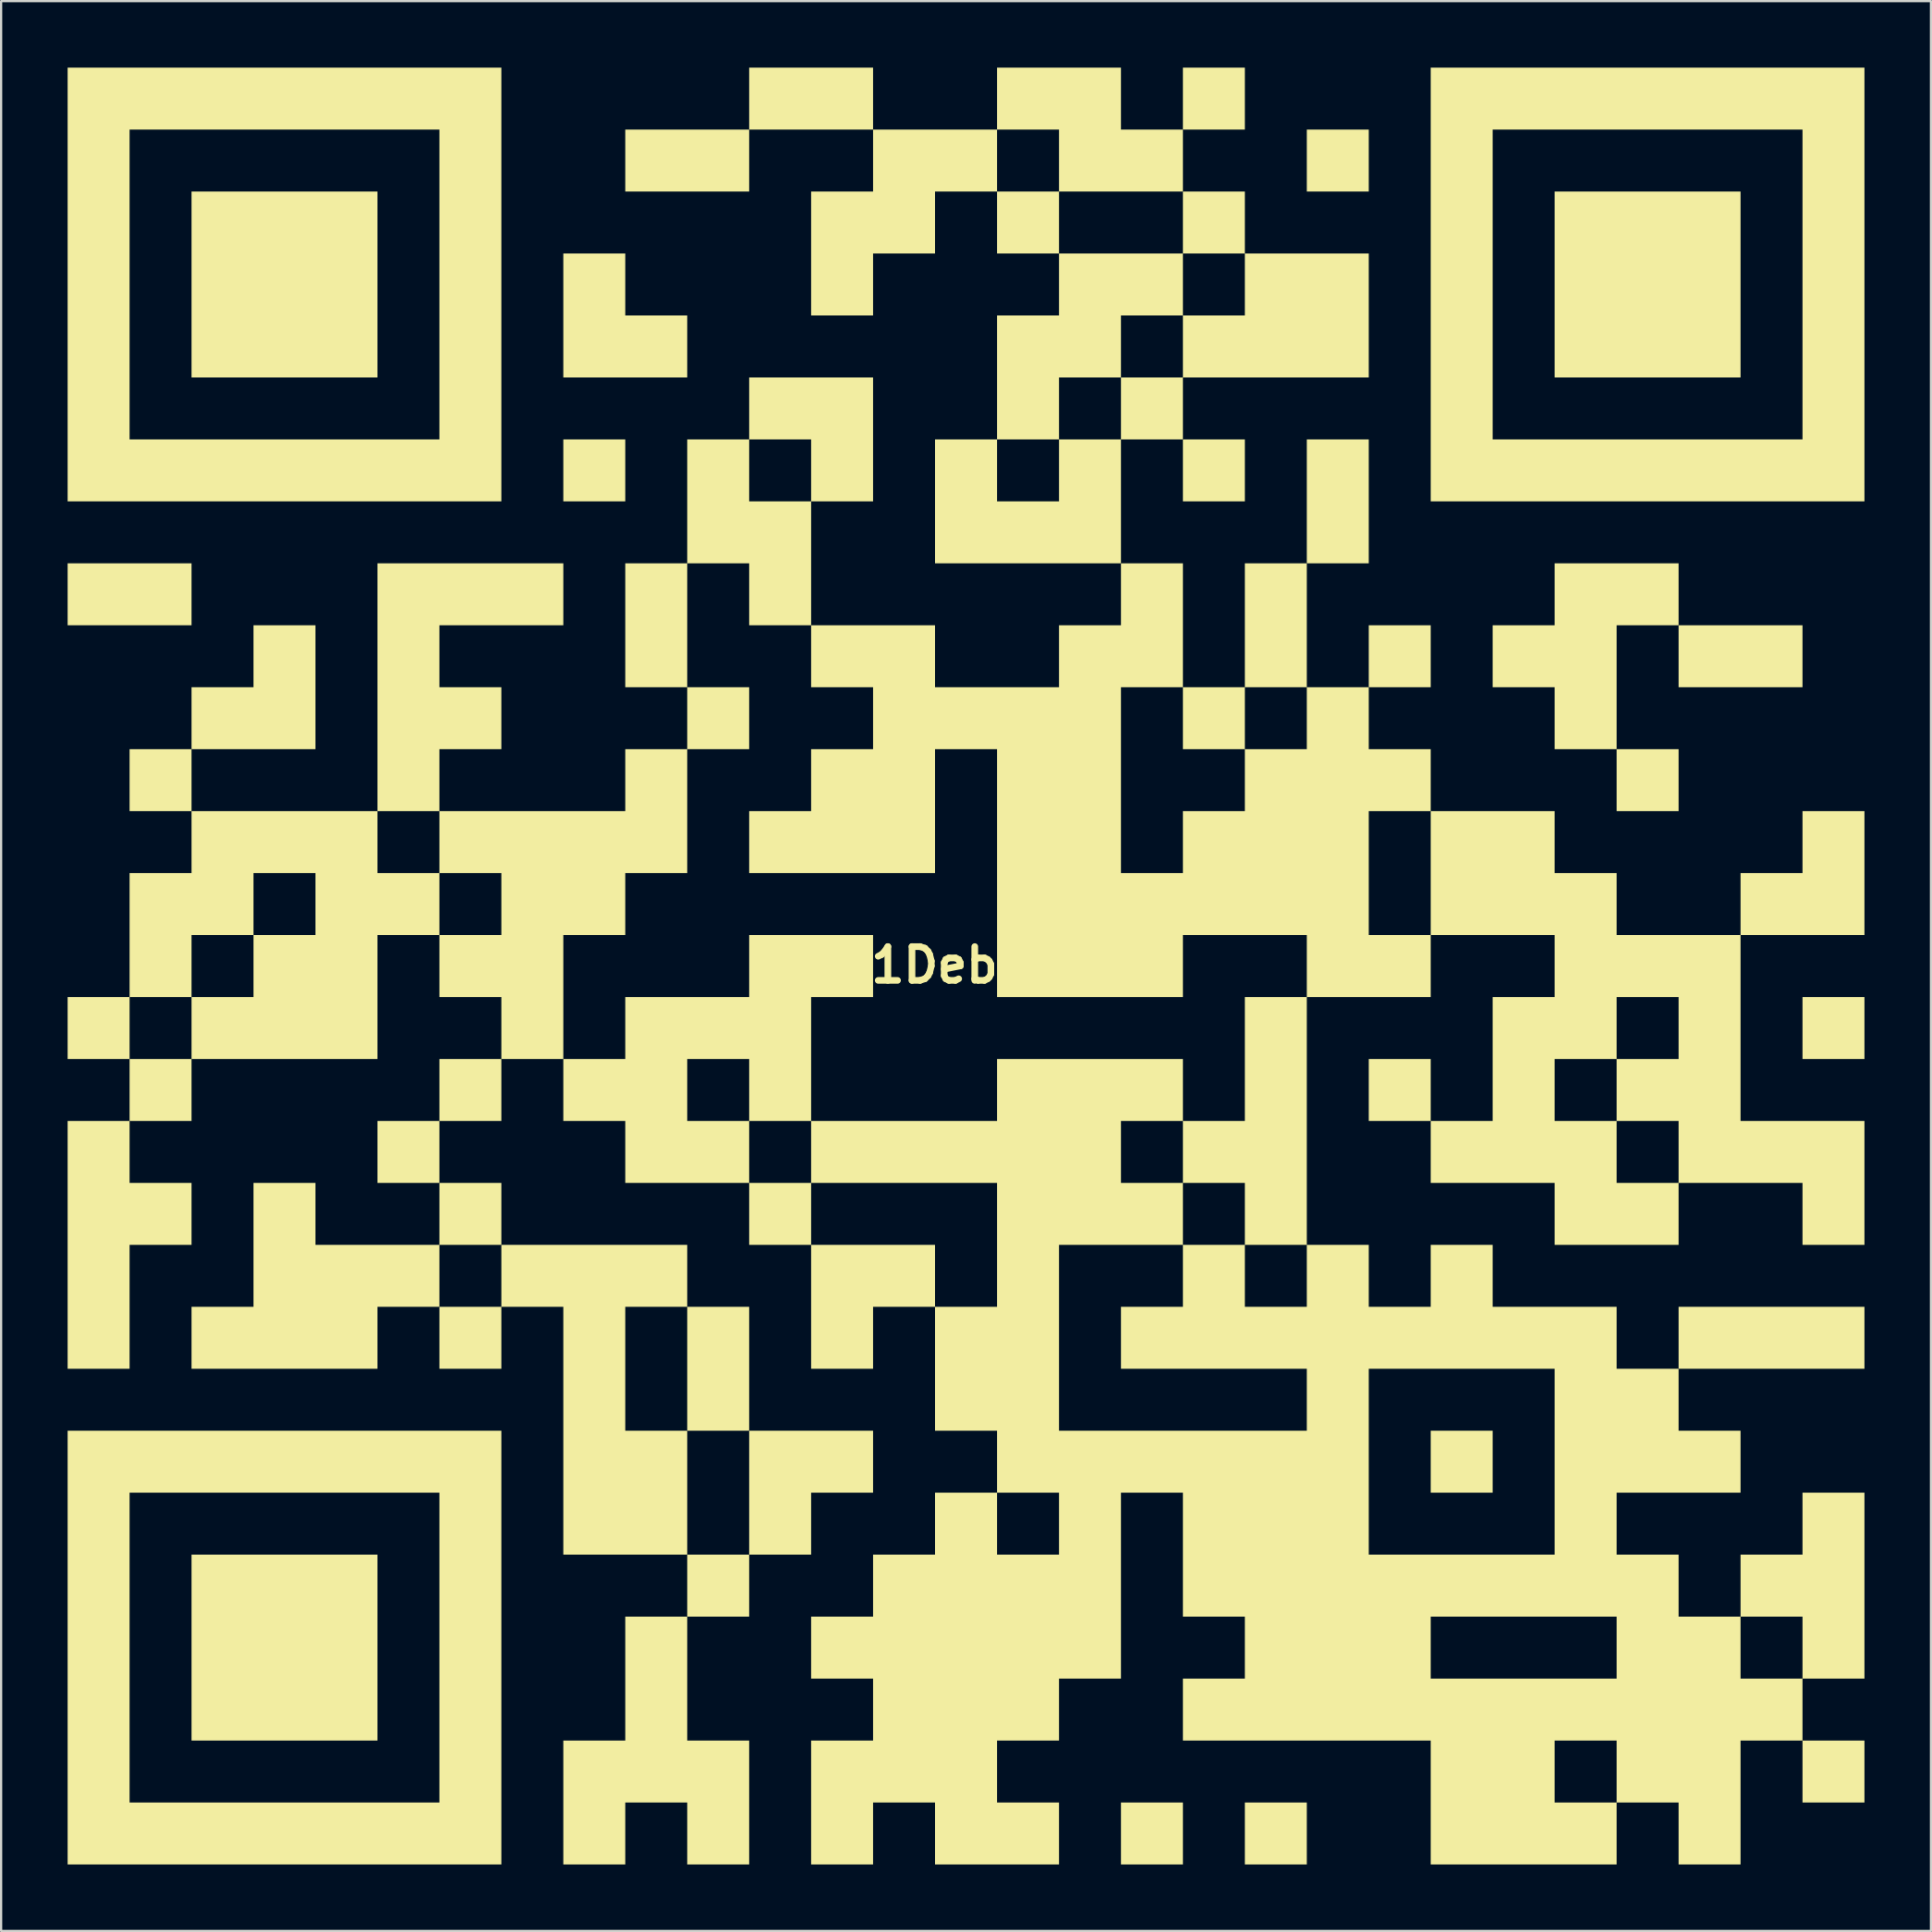
<source format=kicad_pcb>
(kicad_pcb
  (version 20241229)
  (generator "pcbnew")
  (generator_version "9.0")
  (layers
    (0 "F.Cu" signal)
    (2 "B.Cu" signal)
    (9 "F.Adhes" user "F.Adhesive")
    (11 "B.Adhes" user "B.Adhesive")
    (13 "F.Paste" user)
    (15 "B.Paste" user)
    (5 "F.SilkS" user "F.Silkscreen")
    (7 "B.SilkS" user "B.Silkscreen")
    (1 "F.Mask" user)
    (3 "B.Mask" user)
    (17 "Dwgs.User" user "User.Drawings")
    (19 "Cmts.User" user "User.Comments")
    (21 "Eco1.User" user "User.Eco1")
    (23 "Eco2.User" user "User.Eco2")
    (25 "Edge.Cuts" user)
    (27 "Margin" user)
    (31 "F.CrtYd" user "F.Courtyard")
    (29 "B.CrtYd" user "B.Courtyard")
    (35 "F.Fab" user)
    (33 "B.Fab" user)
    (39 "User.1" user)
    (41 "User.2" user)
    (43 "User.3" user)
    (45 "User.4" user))
  (footprint "D21DebugQE"
    (layer "F.Cu")
    (at 40.471 40.471)
    (property "Reference" "D21DebugQE" (at 0 0 0) (layer "F.SilkS") (effects (font (size 1.524 1.524) (thickness 0.3))))
    (attr board_only exclude_from_pos_files exclude_from_bom)
    (fp_poly (pts (xy -34.883 -15.325) (xy -40.471 -15.325) (xy -40.471 -18.119) (xy -34.883 -18.119)) (stroke (width 0) (type solid)) (fill yes) (layer "F.SilkS"))
    (fp_poly (pts (xy -34.883 -6.943) (xy -37.677 -6.943) (xy -37.677 -9.737) (xy -34.883 -9.737)) (stroke (width 0) (type solid)) (fill yes) (layer "F.SilkS"))
    (fp_poly (pts (xy -26.501 -26.501) (xy -34.883 -26.501) (xy -34.883 -34.883) (xy -26.501 -34.883)) (stroke (width 0) (type solid)) (fill yes) (layer "F.SilkS"))
    (fp_poly (pts (xy -26.501 34.967) (xy -34.883 34.967) (xy -34.883 26.585) (xy -26.501 26.585)) (stroke (width 0) (type solid)) (fill yes) (layer "F.SilkS"))
    (fp_poly (pts (xy -23.707 9.821) (xy -26.501 9.821) (xy -26.501 7.027) (xy -23.707 7.027)) (stroke (width 0) (type solid)) (fill yes) (layer "F.SilkS"))
    (fp_poly (pts (xy -20.913 7.027) (xy -23.707 7.027) (xy -23.707 4.233) (xy -20.913 4.233)) (stroke (width 0) (type solid)) (fill yes) (layer "F.SilkS"))
    (fp_poly (pts (xy -15.325 -20.913) (xy -18.119 -20.913) (xy -18.119 -23.707) (xy -15.325 -23.707)) (stroke (width 0) (type solid)) (fill yes) (layer "F.SilkS"))
    (fp_poly (pts (xy -9.737 -34.883) (xy -15.325 -34.883) (xy -15.325 -37.677) (xy -9.737 -37.677)) (stroke (width 0) (type solid)) (fill yes) (layer "F.SilkS"))
    (fp_poly (pts (xy -9.737 20.997) (xy -12.531 20.997) (xy -12.531 15.409) (xy -9.737 15.409)) (stroke (width 0) (type solid)) (fill yes) (layer "F.SilkS"))
    (fp_poly (pts (xy -9.737 29.379) (xy -12.531 29.379) (xy -12.531 26.585) (xy -9.737 26.585)) (stroke (width 0) (type solid)) (fill yes) (layer "F.SilkS"))
    (fp_poly (pts (xy -4.149 -37.677) (xy -9.737 -37.677) (xy -9.737 -40.471) (xy -4.149 -40.471)) (stroke (width 0) (type solid)) (fill yes) (layer "F.SilkS"))
    (fp_poly (pts (xy 9.821 40.555) (xy 7.027 40.555) (xy 7.027 37.761) (xy 9.821 37.761)) (stroke (width 0) (type solid)) (fill yes) (layer "F.SilkS"))
    (fp_poly (pts (xy 12.615 -37.677) (xy 9.821 -37.677) (xy 9.821 -40.471) (xy 12.615 -40.471)) (stroke (width 0) (type solid)) (fill yes) (layer "F.SilkS"))
    (fp_poly (pts (xy 12.615 -20.913) (xy 9.821 -20.913) (xy 9.821 -23.707) (xy 12.615 -23.707)) (stroke (width 0) (type solid)) (fill yes) (layer "F.SilkS"))
    (fp_poly (pts (xy 15.409 40.555) (xy 12.615 40.555) (xy 12.615 37.761) (xy 15.409 37.761)) (stroke (width 0) (type solid)) (fill yes) (layer "F.SilkS"))
    (fp_poly (pts (xy 18.203 -34.883) (xy 15.409 -34.883) (xy 15.409 -37.677) (xy 18.203 -37.677)) (stroke (width 0) (type solid)) (fill yes) (layer "F.SilkS"))
    (fp_poly (pts (xy 18.203 -18.119) (xy 15.409 -18.119) (xy 15.409 -23.707) (xy 18.203 -23.707)) (stroke (width 0) (type solid)) (fill yes) (layer "F.SilkS"))
    (fp_poly (pts (xy 20.997 -12.531) (xy 18.203 -12.531) (xy 18.203 -15.325) (xy 20.997 -15.325)) (stroke (width 0) (type solid)) (fill yes) (layer "F.SilkS"))
    (fp_poly (pts (xy 20.997 7.027) (xy 18.203 7.027) (xy 18.203 4.233) (xy 20.997 4.233)) (stroke (width 0) (type solid)) (fill yes) (layer "F.SilkS"))
    (fp_poly (pts (xy 23.791 23.791) (xy 20.997 23.791) (xy 20.997 20.997) (xy 23.791 20.997)) (stroke (width 0) (type solid)) (fill yes) (layer "F.SilkS"))
    (fp_poly (pts (xy 32.173 -6.943) (xy 29.379 -6.943) (xy 29.379 -9.737) (xy 32.173 -9.737)) (stroke (width 0) (type solid)) (fill yes) (layer "F.SilkS"))
    (fp_poly (pts (xy 34.967 -26.501) (xy 26.585 -26.501) (xy 26.585 -34.883) (xy 34.967 -34.883)) (stroke (width 0) (type solid)) (fill yes) (layer "F.SilkS"))
    (fp_poly (pts (xy 37.761 -12.531) (xy 32.173 -12.531) (xy 32.173 -15.325) (xy 37.761 -15.325)) (stroke (width 0) (type solid)) (fill yes) (layer "F.SilkS"))
    (fp_poly (pts (xy 40.555 4.233) (xy 37.761 4.233) (xy 37.761 1.439) (xy 40.555 1.439)) (stroke (width 0) (type solid)) (fill yes) (layer "F.SilkS"))
    (fp_poly (pts (xy 40.555 18.203) (xy 32.173 18.203) (xy 32.173 15.409) (xy 40.555 15.409)) (stroke (width 0) (type solid)) (fill yes) (layer "F.SilkS"))
    (fp_poly (pts (xy 40.555 37.761) (xy 37.761 37.761) (xy 37.761 34.967) (xy 40.555 34.967)) (stroke (width 0) (type solid)) (fill yes) (layer "F.SilkS"))
    (fp_poly (pts (xy -29.295 -9.737) (xy -34.883 -9.737) (xy -34.883 -12.531) (xy -32.089 -12.531) (xy -32.089 -15.325) (xy -29.295 -15.325)) (stroke (width 0) (type solid)) (fill yes) (layer "F.SilkS"))
    (fp_poly (pts (xy -15.325 -29.295) (xy -12.531 -29.295) (xy -12.531 -26.501) (xy -18.119 -26.501) (xy -18.119 -32.089) (xy -15.325 -32.089)) (stroke (width 0) (type solid)) (fill yes) (layer "F.SilkS"))
    (fp_poly (pts (xy -4.149 23.791) (xy -6.943 23.791) (xy -6.943 26.585) (xy -9.737 26.585) (xy -9.737 20.997) (xy -4.149 20.997)) (stroke (width 0) (type solid)) (fill yes) (layer "F.SilkS"))
    (fp_poly (pts (xy 40.555 -1.355) (xy 34.967 -1.355) (xy 34.967 -4.149) (xy 37.761 -4.149) (xy 37.761 -6.943) (xy 40.555 -6.943)) (stroke (width 0) (type solid)) (fill yes) (layer "F.SilkS"))
    (fp_poly (pts (xy -37.677 9.821) (xy -34.883 9.821) (xy -34.883 12.615) (xy -37.677 12.615) (xy -37.677 18.203) (xy -40.471 18.203) (xy -40.471 7.027) (xy -37.677 7.027)) (stroke (width 0) (type solid)) (fill yes) (layer "F.SilkS"))
    (fp_poly (pts (xy 32.173 -15.325) (xy 29.379 -15.325) (xy 29.379 -9.737) (xy 26.585 -9.737) (xy 26.585 -12.531) (xy 23.791 -12.531) (xy 23.791 -15.325) (xy 26.585 -15.325) (xy 26.585 -18.119) (xy 32.173 -18.119)) (stroke (width 0) (type solid)) (fill yes) (layer "F.SilkS"))
    (fp_poly (pts (xy -20.913 -20.913) (xy -40.471 -20.913) (xy -40.471 -23.707) (xy -37.677 -23.707) (xy -23.707 -23.707) (xy -23.707 -37.677) (xy -37.677 -37.677) (xy -37.677 -23.707) (xy -40.471 -23.707) (xy -40.471 -40.471) (xy -20.913 -40.471)) (stroke (width 0) (type solid)) (fill yes) (layer "F.SilkS"))
    (fp_poly (pts (xy -20.913 40.555) (xy -40.471 40.555) (xy -40.471 37.761) (xy -37.677 37.761) (xy -23.707 37.761) (xy -23.707 23.791) (xy -37.677 23.791) (xy -37.677 37.761) (xy -40.471 37.761) (xy -40.471 20.997) (xy -20.913 20.997)) (stroke (width 0) (type solid)) (fill yes) (layer "F.SilkS"))
    (fp_poly (pts (xy 40.555 -20.913) (xy 20.997 -20.913) (xy 20.997 -23.707) (xy 23.791 -23.707) (xy 37.761 -23.707) (xy 37.761 -37.677) (xy 23.791 -37.677) (xy 23.791 -23.707) (xy 20.997 -23.707) (xy 20.997 -40.471) (xy 40.555 -40.471)) (stroke (width 0) (type solid)) (fill yes) (layer "F.SilkS"))
    (fp_poly (pts (xy -12.531 34.967) (xy -9.737 34.967) (xy -9.737 40.555) (xy -12.531 40.555) (xy -12.531 37.761) (xy -15.325 37.761) (xy -15.325 40.555) (xy -18.119 40.555) (xy -18.119 34.967) (xy -15.325 34.967) (xy -15.325 29.379) (xy -12.531 29.379)) (stroke (width 0) (type solid)) (fill yes) (layer "F.SilkS"))
    (fp_poly (pts (xy -12.531 12.615) (xy -12.531 15.409) (xy -15.325 15.409) (xy -15.325 20.997) (xy -12.531 20.997) (xy -12.531 26.585) (xy -18.119 26.585) (xy -18.119 15.409) (xy -20.913 15.409) (xy -20.913 18.203) (xy -23.707 18.203) (xy -23.707 15.409) (xy -20.913 15.409) (xy -20.913 12.615) (xy -23.707 12.615) (xy -23.707 15.409) (xy -26.501 15.409) (xy -26.501 18.203) (xy -34.883 18.203) (xy -34.883 15.409) (xy -32.089 15.409) (xy -32.089 9.821) (xy -29.295 9.821) (xy -29.295 12.615) (xy -23.707 12.615) (xy -23.707 9.821) (xy -20.913 9.821) (xy -20.913 12.615)) (stroke (width 0) (type solid)) (fill yes) (layer "F.SilkS"))
    (fp_poly (pts (xy 26.585 -4.149) (xy 29.379 -4.149) (xy 29.379 -1.355) (xy 34.967 -1.355) (xy 34.967 7.027) (xy 40.555 7.027) (xy 40.555 12.615) (xy 37.761 12.615) (xy 37.761 9.821) (xy 32.173 9.821) (xy 32.173 12.615) (xy 26.585 12.615) (xy 26.585 9.821) (xy 29.379 9.821) (xy 32.173 9.821) (xy 32.173 7.027) (xy 29.379 7.027) (xy 29.379 9.821) (xy 26.585 9.821) (xy 20.997 9.821) (xy 20.997 7.027) (xy 23.791 7.027) (xy 26.585 7.027) (xy 29.379 7.027) (xy 29.379 4.233) (xy 32.173 4.233) (xy 32.173 1.439) (xy 29.379 1.439) (xy 29.379 4.233) (xy 26.585 4.233) (xy 26.585 7.027) (xy 23.791 7.027) (xy 23.791 1.439) (xy 26.585 1.439) (xy 26.585 -1.355) (xy 20.997 -1.355) (xy 20.997 -6.943) (xy 26.585 -6.943)) (stroke (width 0) (type solid)) (fill yes) (layer "F.SilkS"))
    (fp_poly (pts (xy 18.203 -32.089) (xy 18.203 -26.501) (xy 9.821 -26.501) (xy 9.821 -23.707) (xy 7.027 -23.707) (xy 7.027 -18.119) (xy -1.355 -18.119) (xy -1.355 -20.913) (xy 1.439 -20.913) (xy 4.233 -20.913) (xy 4.233 -23.707) (xy 7.027 -23.707) (xy 7.027 -26.501) (xy 9.821 -26.501) (xy 9.821 -29.295) (xy 12.615 -29.295) (xy 12.615 -32.089) (xy 9.821 -32.089) (xy 9.821 -29.295) (xy 7.027 -29.295) (xy 7.027 -26.501) (xy 4.233 -26.501) (xy 4.233 -23.707) (xy 1.439 -23.707) (xy 1.439 -20.913) (xy -1.355 -20.913) (xy -1.355 -23.707) (xy 1.439 -23.707) (xy 1.439 -29.295) (xy 4.233 -29.295) (xy 4.233 -32.089) (xy 9.821 -32.089) (xy 9.821 -34.883) (xy 4.233 -34.883) (xy 4.233 -32.089) (xy 1.439 -32.089) (xy 1.439 -34.883) (xy 4.233 -34.883) (xy 4.233 -37.677) (xy 1.439 -37.677) (xy 1.439 -34.883) (xy -1.355 -34.883) (xy -1.355 -32.089) (xy -4.149 -32.089) (xy -4.149 -29.295) (xy -6.943 -29.295) (xy -6.943 -34.883) (xy -4.149 -34.883) (xy -4.149 -37.677) (xy 1.439 -37.677) (xy 1.439 -40.471) (xy 7.027 -40.471) (xy 7.027 -37.677) (xy 9.821 -37.677) (xy 9.821 -34.883) (xy 12.615 -34.883) (xy 12.615 -32.089)) (stroke (width 0) (type solid)) (fill yes) (layer "F.SilkS"))
    (fp_poly (pts (xy 18.203 12.615) (xy 18.203 15.409) (xy 20.997 15.409) (xy 20.997 12.615) (xy 23.791 12.615) (xy 23.791 15.409) (xy 29.379 15.409) (xy 29.379 18.203) (xy 32.173 18.203) (xy 32.173 20.997) (xy 34.967 20.997) (xy 34.967 23.791) (xy 29.379 23.791) (xy 29.379 26.585) (xy 32.173 26.585) (xy 32.173 29.379) (xy 34.967 29.379) (xy 34.967 26.585) (xy 37.761 26.585) (xy 37.761 23.791) (xy 40.555 23.791) (xy 40.555 32.173) (xy 37.761 32.173) (xy 37.761 34.967) (xy 34.967 34.967) (xy 34.967 40.555) (xy 32.173 40.555) (xy 32.173 37.761) (xy 29.379 37.761) (xy 29.379 40.555) (xy 20.997 40.555) (xy 20.997 37.761) (xy 26.585 37.761) (xy 29.379 37.761) (xy 29.379 34.967) (xy 26.585 34.967) (xy 26.585 37.761) (xy 20.997 37.761) (xy 20.997 34.967) (xy 9.821 34.967) (xy 9.821 32.173) (xy 12.615 32.173) (xy 20.997 32.173) (xy 29.379 32.173) (xy 34.967 32.173) (xy 37.761 32.173) (xy 37.761 29.379) (xy 34.967 29.379) (xy 34.967 32.173) (xy 29.379 32.173) (xy 29.379 29.379) (xy 20.997 29.379) (xy 20.997 32.173) (xy 12.615 32.173) (xy 12.615 29.379) (xy 9.821 29.379) (xy 9.821 26.585) (xy 18.203 26.585) (xy 26.585 26.585) (xy 26.585 18.203) (xy 18.203 18.203) (xy 18.203 26.585) (xy 9.821 26.585) (xy 9.821 23.791) (xy 7.027 23.791) (xy 7.027 32.173) (xy 4.233 32.173) (xy 4.233 34.967) (xy 1.439 34.967) (xy 1.439 37.761) (xy 4.233 37.761) (xy 4.233 40.555) (xy -1.355 40.555) (xy -1.355 37.761) (xy -4.149 37.761) (xy -4.149 40.555) (xy -6.943 40.555) (xy -6.943 34.967) (xy -4.149 34.967) (xy -4.149 32.173) (xy -6.943 32.173) (xy -6.943 29.379) (xy -4.149 29.379) (xy -4.149 26.585) (xy -1.355 26.585) (xy 1.439 26.585) (xy 4.233 26.585) (xy 4.233 23.791) (xy 1.439 23.791) (xy 1.439 26.585) (xy -1.355 26.585) (xy -1.355 23.791) (xy 1.439 23.791) (xy 1.439 20.997) (xy 4.233 20.997) (xy 15.409 20.997) (xy 15.409 18.203) (xy 7.027 18.203) (xy 7.027 15.409) (xy 9.821 15.409) (xy 12.615 15.409) (xy 15.409 15.409) (xy 15.409 12.615) (xy 12.615 12.615) (xy 12.615 15.409) (xy 9.821 15.409) (xy 9.821 12.615) (xy 12.615 12.615) (xy 12.615 9.821) (xy 9.821 9.821) (xy 9.821 12.615) (xy 4.233 12.615) (xy 4.233 20.997) (xy 1.439 20.997) (xy -1.355 20.997) (xy -1.355 15.409) (xy -4.149 15.409) (xy -4.149 18.203) (xy -6.943 18.203) (xy -6.943 12.615) (xy -1.355 12.615) (xy -1.355 15.409) (xy 1.439 15.409) (xy 1.439 9.821) (xy 7.027 9.821) (xy 9.821 9.821) (xy 9.821 7.027) (xy 7.027 7.027) (xy 7.027 9.821) (xy 1.439 9.821) (xy -6.943 9.821) (xy -6.943 12.615) (xy -9.737 12.615) (xy -9.737 9.821) (xy -6.943 9.821) (xy -6.943 7.027) (xy -9.737 7.027) (xy -9.737 9.821) (xy -15.325 9.821) (xy -15.325 7.027) (xy -12.531 7.027) (xy -9.737 7.027) (xy -9.737 4.233) (xy -12.531 4.233) (xy -12.531 7.027) (xy -15.325 7.027) (xy -18.119 7.027) (xy -18.119 4.233) (xy -15.325 4.233) (xy -15.325 1.439) (xy -9.737 1.439) (xy -9.737 -1.355) (xy -4.149 -1.355) (xy -4.149 1.439) (xy -6.943 1.439) (xy -6.943 7.027) (xy 1.439 7.027) (xy 1.439 4.233) (xy 9.821 4.233) (xy 9.821 7.027) (xy 12.615 7.027) (xy 12.615 1.439) (xy 15.409 1.439) (xy 15.409 -1.355) (xy 9.821 -1.355) (xy 9.821 1.439) (xy 1.439 1.439) (xy 1.439 -4.149) (xy 7.027 -4.149) (xy 9.821 -4.149) (xy 9.821 -6.943) (xy 12.615 -6.943) (xy 12.615 -9.737) (xy 15.409 -9.737) (xy 15.409 -12.531) (xy 12.615 -12.531) (xy 12.615 -9.737) (xy 9.821 -9.737) (xy 9.821 -12.531) (xy 7.027 -12.531) (xy 7.027 -4.149) (xy 1.439 -4.149) (xy 1.439 -9.737) (xy -1.355 -9.737) (xy -1.355 -4.149) (xy -9.737 -4.149) (xy -9.737 -6.943) (xy -6.943 -6.943) (xy -6.943 -9.737) (xy -4.149 -9.737) (xy -4.149 -12.531) (xy -6.943 -12.531) (xy -6.943 -15.325) (xy -9.737 -15.325) (xy -9.737 -18.119) (xy -12.531 -18.119) (xy -12.531 -12.531) (xy -9.737 -12.531) (xy -9.737 -9.737) (xy -12.531 -9.737) (xy -12.531 -4.149) (xy -15.325 -4.149) (xy -15.325 -1.355) (xy -18.119 -1.355) (xy -18.119 4.233) (xy -20.913 4.233) (xy -20.913 1.439) (xy -23.707 1.439) (xy -23.707 -1.355) (xy -20.913 -1.355) (xy -20.913 -4.149) (xy -23.707 -4.149) (xy -23.707 -1.355) (xy -26.501 -1.355) (xy -26.501 4.233) (xy -34.883 4.233) (xy -34.883 7.027) (xy -37.677 7.027) (xy -37.677 4.233) (xy -34.883 4.233) (xy -34.883 1.439) (xy -32.089 1.439) (xy -32.089 -1.355) (xy -29.295 -1.355) (xy -29.295 -4.149) (xy -26.501 -4.149) (xy -23.707 -4.149) (xy -23.707 -6.943) (xy -26.501 -6.943) (xy -26.501 -4.149) (xy -29.295 -4.149) (xy -32.089 -4.149) (xy -32.089 -1.355) (xy -34.883 -1.355) (xy -34.883 1.439) (xy -37.677 1.439) (xy -37.677 4.233) (xy -40.471 4.233) (xy -40.471 1.439) (xy -37.677 1.439) (xy -37.677 -4.149) (xy -34.883 -4.149) (xy -34.883 -6.943) (xy -26.501 -6.943) (xy -26.501 -18.119) (xy -18.119 -18.119) (xy -18.119 -15.325) (xy -23.707 -15.325) (xy -23.707 -12.531) (xy -20.913 -12.531) (xy -20.913 -9.737) (xy -23.707 -9.737) (xy -23.707 -6.943) (xy -15.325 -6.943) (xy -15.325 -9.737) (xy -12.531 -9.737) (xy -12.531 -12.531) (xy -15.325 -12.531) (xy -15.325 -18.119) (xy -12.531 -18.119) (xy -12.531 -20.913) (xy -9.737 -20.913) (xy -6.943 -20.913) (xy -6.943 -23.707) (xy -9.737 -23.707) (xy -9.737 -20.913) (xy -12.531 -20.913) (xy -12.531 -23.707) (xy -9.737 -23.707) (xy -9.737 -26.501) (xy -4.149 -26.501) (xy -4.149 -20.913) (xy -6.943 -20.913) (xy -6.943 -15.325) (xy -1.355 -15.325) (xy -1.355 -12.531) (xy 4.233 -12.531) (xy 4.233 -15.325) (xy 7.027 -15.325) (xy 7.027 -18.119) (xy 9.821 -18.119) (xy 9.821 -12.531) (xy 12.615 -12.531) (xy 12.615 -18.119) (xy 15.409 -18.119) (xy 15.409 -12.531) (xy 18.203 -12.531) (xy 18.203 -9.737) (xy 20.997 -9.737) (xy 20.997 -6.943) (xy 18.203 -6.943) (xy 18.203 -1.355) (xy 20.997 -1.355) (xy 20.997 1.439) (xy 15.409 1.439) (xy 15.409 12.615)) (stroke (width 0) (type solid)) (fill yes) (layer "F.SilkS")))
  (gr_rect
    (start -3 -3)
    (end 84.026 84.026)
    (stroke (width 0.1) (type default))
    (fill no)
    (layer "Edge.Cuts")))
</source>
